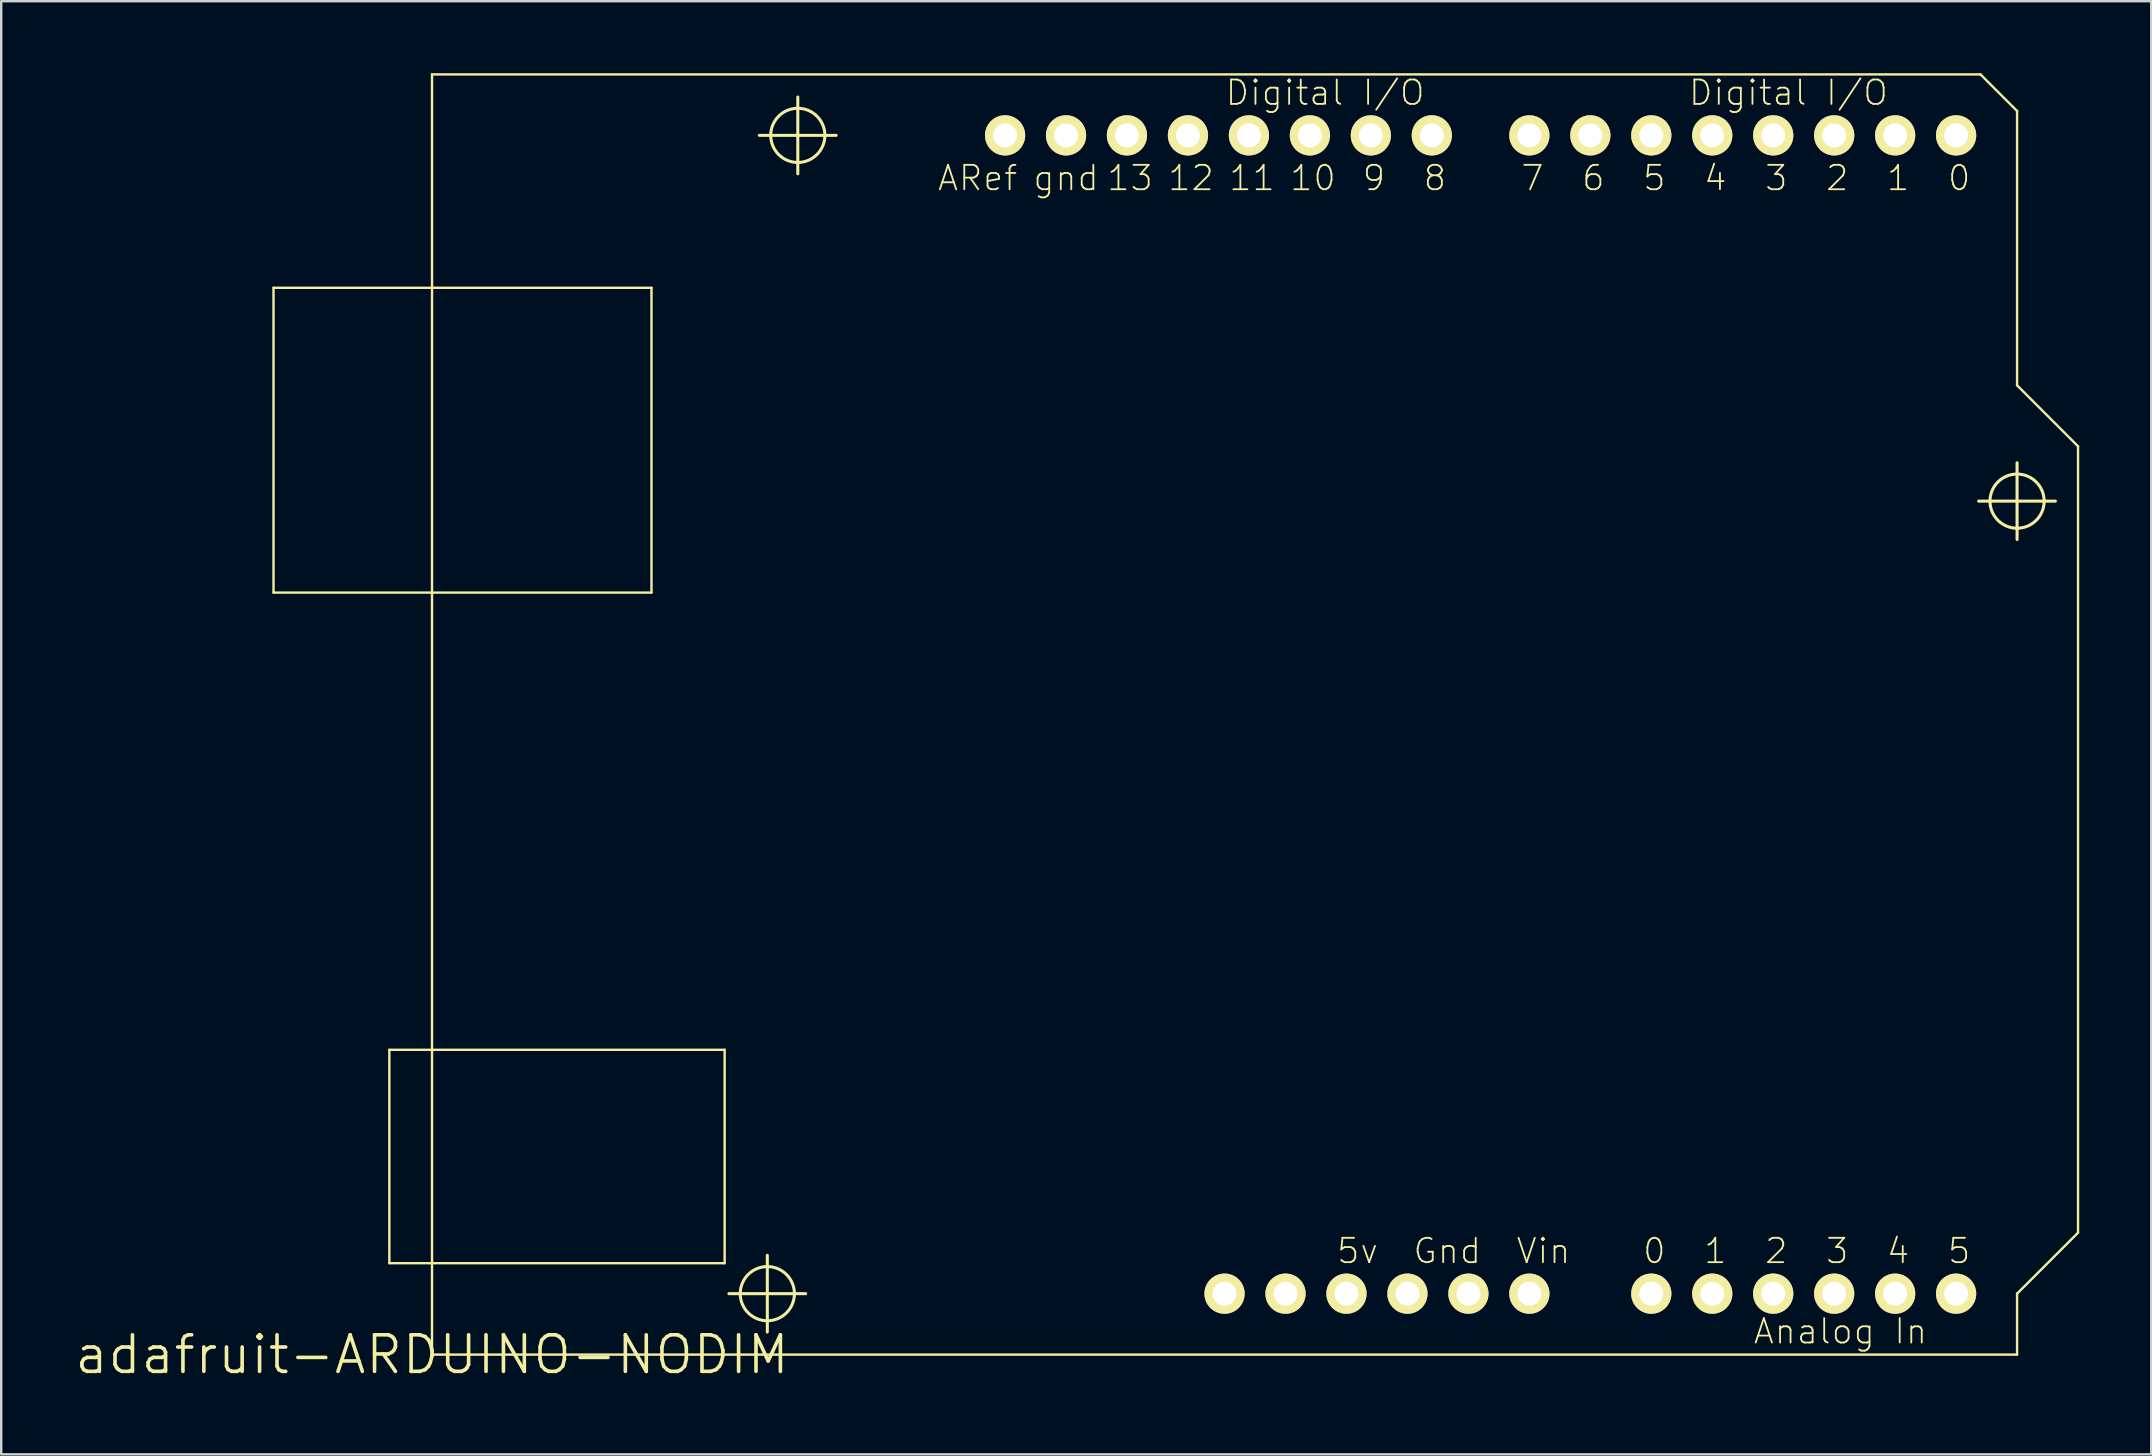
<source format=kicad_pcb>
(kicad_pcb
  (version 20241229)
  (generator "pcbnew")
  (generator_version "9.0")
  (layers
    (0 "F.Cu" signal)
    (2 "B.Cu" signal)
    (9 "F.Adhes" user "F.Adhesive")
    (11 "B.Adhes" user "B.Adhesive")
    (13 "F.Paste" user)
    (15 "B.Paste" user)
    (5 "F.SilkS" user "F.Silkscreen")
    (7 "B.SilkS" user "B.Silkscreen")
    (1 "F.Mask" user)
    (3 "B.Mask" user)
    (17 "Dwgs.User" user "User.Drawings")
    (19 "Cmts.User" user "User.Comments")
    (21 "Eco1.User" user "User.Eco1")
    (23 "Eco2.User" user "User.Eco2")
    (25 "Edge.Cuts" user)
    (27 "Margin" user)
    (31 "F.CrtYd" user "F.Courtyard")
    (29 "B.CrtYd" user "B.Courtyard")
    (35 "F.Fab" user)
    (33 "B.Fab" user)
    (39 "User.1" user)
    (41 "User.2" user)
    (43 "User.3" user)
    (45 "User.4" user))
  (footprint "adafruit-ARDUINO-NODIM"
    (layer "F.Cu")
    (at 14.95 53.39)
    (property "Reference" "adafruit-ARDUINO-NODIM" (at 0 0 0) (layer "F.SilkS") (effects (font (size 1.524 1.524) (thickness 0.15))))
    (attr exclude_from_pos_files exclude_from_bom)
    (fp_line (start -6.604 -44.45) (end -6.604 -31.75) (stroke (width 0.1) (type solid)) (layer "F.SilkS"))
    (fp_line (start -6.604 -31.75) (end 9.144 -31.75) (stroke (width 0.1) (type solid)) (layer "F.SilkS"))
    (fp_line (start -1.778 -12.7) (end -1.778 -3.81) (stroke (width 0.1) (type solid)) (layer "F.SilkS"))
    (fp_line (start -1.778 -3.81) (end 12.192 -3.81) (stroke (width 0.1) (type solid)) (layer "F.SilkS"))
    (fp_line (start 0 -53.34) (end 0 0) (stroke (width 0.1) (type solid)) (layer "F.SilkS"))
    (fp_line (start 0 0) (end 66.04 0) (stroke (width 0.1) (type solid)) (layer "F.SilkS"))
    (fp_line (start 9.144 -44.45) (end -6.604 -44.45) (stroke (width 0.1) (type solid)) (layer "F.SilkS"))
    (fp_line (start 9.144 -31.75) (end 9.144 -44.45) (stroke (width 0.1) (type solid)) (layer "F.SilkS"))
    (fp_line (start 12.192 -12.7) (end -1.778 -12.7) (stroke (width 0.1) (type solid)) (layer "F.SilkS"))
    (fp_line (start 12.192 -3.81) (end 12.192 -12.7) (stroke (width 0.1) (type solid)) (layer "F.SilkS"))
    (fp_line (start 12.37 -2.54) (end 15.568 -2.54) (stroke (width 0.127) (type solid)) (layer "F.SilkS"))
    (fp_line (start 13.64 -50.8) (end 16.838 -50.8) (stroke (width 0.127) (type solid)) (layer "F.SilkS"))
    (fp_line (start 13.97 -0.94) (end 13.97 -4.138) (stroke (width 0.127) (type solid)) (layer "F.SilkS"))
    (fp_line (start 15.24 -49.2) (end 15.24 -52.398) (stroke (width 0.127) (type solid)) (layer "F.SilkS"))
    (fp_line (start 64.44 -35.56) (end 67.638 -35.56) (stroke (width 0.127) (type solid)) (layer "F.SilkS"))
    (fp_line (start 64.516 -53.34) (end 0 -53.34) (stroke (width 0.1) (type solid)) (layer "F.SilkS"))
    (fp_line (start 66.04 -51.816) (end 64.516 -53.34) (stroke (width 0.1) (type solid)) (layer "F.SilkS"))
    (fp_line (start 66.04 -40.386) (end 66.04 -51.816) (stroke (width 0.1) (type solid)) (layer "F.SilkS"))
    (fp_line (start 66.04 -33.96) (end 66.04 -37.158) (stroke (width 0.127) (type solid)) (layer "F.SilkS"))
    (fp_line (start 66.04 -2.54) (end 68.58 -5.08) (stroke (width 0.1) (type solid)) (layer "F.SilkS"))
    (fp_line (start 66.04 0) (end 66.04 -2.54) (stroke (width 0.1) (type solid)) (layer "F.SilkS"))
    (fp_line (start 68.58 -37.846) (end 66.04 -40.386) (stroke (width 0.1) (type solid)) (layer "F.SilkS"))
    (fp_line (start 68.58 -5.08) (end 68.58 -37.846) (stroke (width 0.1) (type solid)) (layer "F.SilkS"))
    (fp_circle (center 13.97 -2.54) (end 14.768 -3.338) (stroke (width 0.127) (type solid)) (fill no) (layer "F.SilkS"))
    (fp_circle (center 15.24 -50.8) (end 16.038 -51.598) (stroke (width 0.127) (type solid)) (fill no) (layer "F.SilkS"))
    (fp_circle (center 66.04 -35.56) (end 66.838 -36.358) (stroke (width 0.127) (type solid)) (fill no) (layer "F.SilkS"))
    (fp_text user "0" (at 50.927 -4.318 0) (layer "F.SilkS") (effects (font (size 1.016 1.016) (thickness 0.076))))
    (fp_text user "8" (at 41.783 -49.022 180) (layer "F.SilkS") (effects (font (size 1.016 1.016) (thickness 0.076))))
    (fp_text user "4" (at 53.467 -49.022 180) (layer "F.SilkS") (effects (font (size 1.016 1.016) (thickness 0.076))))
    (fp_text user "5v" (at 38.562 -4.318 0) (layer "F.SilkS") (effects (font (size 1.016 1.016) (thickness 0.076))))
    (fp_text user "6" (at 48.387 -49.022 180) (layer "F.SilkS") (effects (font (size 1.016 1.016) (thickness 0.076))))
    (fp_text user "5" (at 63.627 -4.318 0) (layer "F.SilkS") (effects (font (size 1.016 1.016) (thickness 0.076))))
    (fp_text user "2" (at 58.547 -49.022 180) (layer "F.SilkS") (effects (font (size 1.016 1.016) (thickness 0.076))))
    (fp_text user "4" (at 61.084 -4.318 0) (layer "F.SilkS") (effects (font (size 1.016 1.016) (thickness 0.076))))
    (fp_text user "7" (at 45.847 -49.022 180) (layer "F.SilkS") (effects (font (size 1.016 1.016) (thickness 0.076))))
    (fp_text user "9" (at 39.243 -49.022 180) (layer "F.SilkS") (effects (font (size 1.016 1.016) (thickness 0.076))))
    (fp_text user "12" (at 31.623 -49.022 180) (layer "F.SilkS") (effects (font (size 1.016 1.016) (thickness 0.076))))
    (fp_text user "10" (at 36.703 -49.022 180) (layer "F.SilkS") (effects (font (size 1.016 1.016) (thickness 0.076))))
    (fp_text user "Vin" (at 46.309 -4.318 0) (layer "F.SilkS") (effects (font (size 1.016 1.016) (thickness 0.076))))
    (fp_text user "gnd" (at 26.416 -49.022 180) (layer "F.SilkS") (effects (font (size 1.016 1.016) (thickness 0.076))))
    (fp_text user "11" (at 34.163 -49.022 180) (layer "F.SilkS") (effects (font (size 1.016 1.016) (thickness 0.076))))
    (fp_text user "1" (at 61.084 -49.022 180) (layer "F.SilkS") (effects (font (size 1.016 1.016) (thickness 0.076))))
    (fp_text user "13" (at 29.083 -49.022 180) (layer "F.SilkS") (effects (font (size 1.016 1.016) (thickness 0.076))))
    (fp_text user "Analog In" (at 58.682 -0.97 0) (layer "F.SilkS") (effects (font (size 1.016 1.016) (thickness 0.076))))
    (fp_text user "1" (at 53.467 -4.318 0) (layer "F.SilkS") (effects (font (size 1.016 1.016) (thickness 0.076))))
    (fp_text user "Gnd" (at 42.299 -4.318 0) (layer "F.SilkS") (effects (font (size 1.016 1.016) (thickness 0.076))))
    (fp_text user "3" (at 56.007 -49.022 180) (layer "F.SilkS") (effects (font (size 1.016 1.016) (thickness 0.076))))
    (fp_text user "0" (at 63.627 -49.022 180) (layer "F.SilkS") (effects (font (size 1.016 1.016) (thickness 0.076))))
    (fp_text user "Digital I/O" (at 56.515 -52.578 0) (layer "F.SilkS") (effects (font (size 1.016 1.016) (thickness 0.076))))
    (fp_text user "ARef" (at 22.733 -49.022 180) (layer "F.SilkS") (effects (font (size 1.016 1.016) (thickness 0.076))))
    (fp_text user "2" (at 56.007 -4.318 0) (layer "F.SilkS") (effects (font (size 1.016 1.016) (thickness 0.076))))
    (fp_text user "3" (at 58.547 -4.318 0) (layer "F.SilkS") (effects (font (size 1.016 1.016) (thickness 0.076))))
    (fp_text user "Digital I/O" (at 37.211 -52.578 0) (layer "F.SilkS") (effects (font (size 1.016 1.016) (thickness 0.076))))
    (fp_text user "5" (at 50.927 -49.022 180) (layer "F.SilkS") (effects (font (size 1.016 1.016) (thickness 0.076))))
    (pad "3V" thru_hole circle (at 35.56 -2.54) (size 1.676 1.676) (drill 0.998) (layers "*.Cu" "F.Mask" "F.SilkS" "F.Paste"))
    (pad "5V" thru_hole circle (at 38.1 -2.54) (size 1.676 1.676) (drill 0.998) (layers "*.Cu" "F.Mask" "F.SilkS" "F.Paste"))
    (pad "A0" thru_hole circle (at 50.8 -2.54) (size 1.676 1.676) (drill 0.998) (layers "*.Cu" "F.Mask" "F.SilkS" "F.Paste"))
    (pad "A1" thru_hole circle (at 53.34 -2.54) (size 1.676 1.676) (drill 0.998) (layers "*.Cu" "F.Mask" "F.SilkS" "F.Paste"))
    (pad "A2" thru_hole circle (at 55.88 -2.54) (size 1.676 1.676) (drill 0.998) (layers "*.Cu" "F.Mask" "F.SilkS" "F.Paste"))
    (pad "A3" thru_hole circle (at 58.42 -2.54) (size 1.676 1.676) (drill 0.998) (layers "*.Cu" "F.Mask" "F.SilkS" "F.Paste"))
    (pad "A4" thru_hole circle (at 60.96 -2.54) (size 1.676 1.676) (drill 0.998) (layers "*.Cu" "F.Mask" "F.SilkS" "F.Paste"))
    (pad "A5" thru_hole circle (at 63.5 -2.54) (size 1.676 1.676) (drill 0.998) (layers "*.Cu" "F.Mask" "F.SilkS" "F.Paste"))
    (pad "AREF" thru_hole circle (at 23.876 -50.8) (size 1.676 1.676) (drill 0.998) (layers "*.Cu" "F.Mask" "F.SilkS" "F.Paste"))
    (pad "D0" thru_hole circle (at 63.5 -50.8) (size 1.676 1.676) (drill 0.998) (layers "*.Cu" "F.Mask" "F.SilkS" "F.Paste"))
    (pad "D1" thru_hole circle (at 60.96 -50.8) (size 1.676 1.676) (drill 0.998) (layers "*.Cu" "F.Mask" "F.SilkS" "F.Paste"))
    (pad "D2" thru_hole circle (at 58.42 -50.8) (size 1.676 1.676) (drill 0.998) (layers "*.Cu" "F.Mask" "F.SilkS" "F.Paste"))
    (pad "D3" thru_hole circle (at 55.88 -50.8) (size 1.676 1.676) (drill 0.998) (layers "*.Cu" "F.Mask" "F.SilkS" "F.Paste"))
    (pad "D4" thru_hole circle (at 53.34 -50.8) (size 1.676 1.676) (drill 0.998) (layers "*.Cu" "F.Mask" "F.SilkS" "F.Paste"))
    (pad "D5" thru_hole circle (at 50.8 -50.8) (size 1.676 1.676) (drill 0.998) (layers "*.Cu" "F.Mask" "F.SilkS" "F.Paste"))
    (pad "D6" thru_hole circle (at 48.26 -50.8) (size 1.676 1.676) (drill 0.998) (layers "*.Cu" "F.Mask" "F.SilkS" "F.Paste"))
    (pad "D7" thru_hole circle (at 45.72 -50.8) (size 1.676 1.676) (drill 0.998) (layers "*.Cu" "F.Mask" "F.SilkS" "F.Paste"))
    (pad "D8" thru_hole circle (at 41.656 -50.8) (size 1.676 1.676) (drill 0.998) (layers "*.Cu" "F.Mask" "F.SilkS" "F.Paste"))
    (pad "D9" thru_hole circle (at 39.116 -50.8) (size 1.676 1.676) (drill 0.998) (layers "*.Cu" "F.Mask" "F.SilkS" "F.Paste"))
    (pad "D10" thru_hole circle (at 36.576 -50.8) (size 1.676 1.676) (drill 0.998) (layers "*.Cu" "F.Mask" "F.SilkS" "F.Paste"))
    (pad "D11" thru_hole circle (at 34.036 -50.8) (size 1.676 1.676) (drill 0.998) (layers "*.Cu" "F.Mask" "F.SilkS" "F.Paste"))
    (pad "D12" thru_hole circle (at 31.496 -50.8) (size 1.676 1.676) (drill 0.998) (layers "*.Cu" "F.Mask" "F.SilkS" "F.Paste"))
    (pad "D13" thru_hole circle (at 28.953 -50.8) (size 1.676 1.676) (drill 0.998) (layers "*.Cu" "F.Mask" "F.SilkS" "F.Paste"))
    (pad "GND" thru_hole circle (at 26.416 -50.8) (size 1.676 1.676) (drill 0.998) (layers "*.Cu" "F.Mask" "F.SilkS" "F.Paste"))
    (pad "GND1" thru_hole circle (at 43.18 -2.54) (size 1.676 1.676) (drill 0.998) (layers "*.Cu" "F.Mask" "F.SilkS" "F.Paste"))
    (pad "GND2" thru_hole circle (at 40.64 -2.54) (size 1.676 1.676) (drill 0.998) (layers "*.Cu" "F.Mask" "F.SilkS" "F.Paste"))
    (pad "RESE" thru_hole circle (at 33.02 -2.54) (size 1.676 1.676) (drill 0.998) (layers "*.Cu" "F.Mask" "F.SilkS" "F.Paste"))
    (pad "VIN" thru_hole circle (at 45.72 -2.54) (size 1.676 1.676) (drill 0.998) (layers "*.Cu" "F.Mask" "F.SilkS" "F.Paste")))
  (gr_rect
    (start -3 -3)
    (end 86.58 57.545)
    (stroke (width 0.1) (type default))
    (fill no)
    (layer "Edge.Cuts")))
</source>
